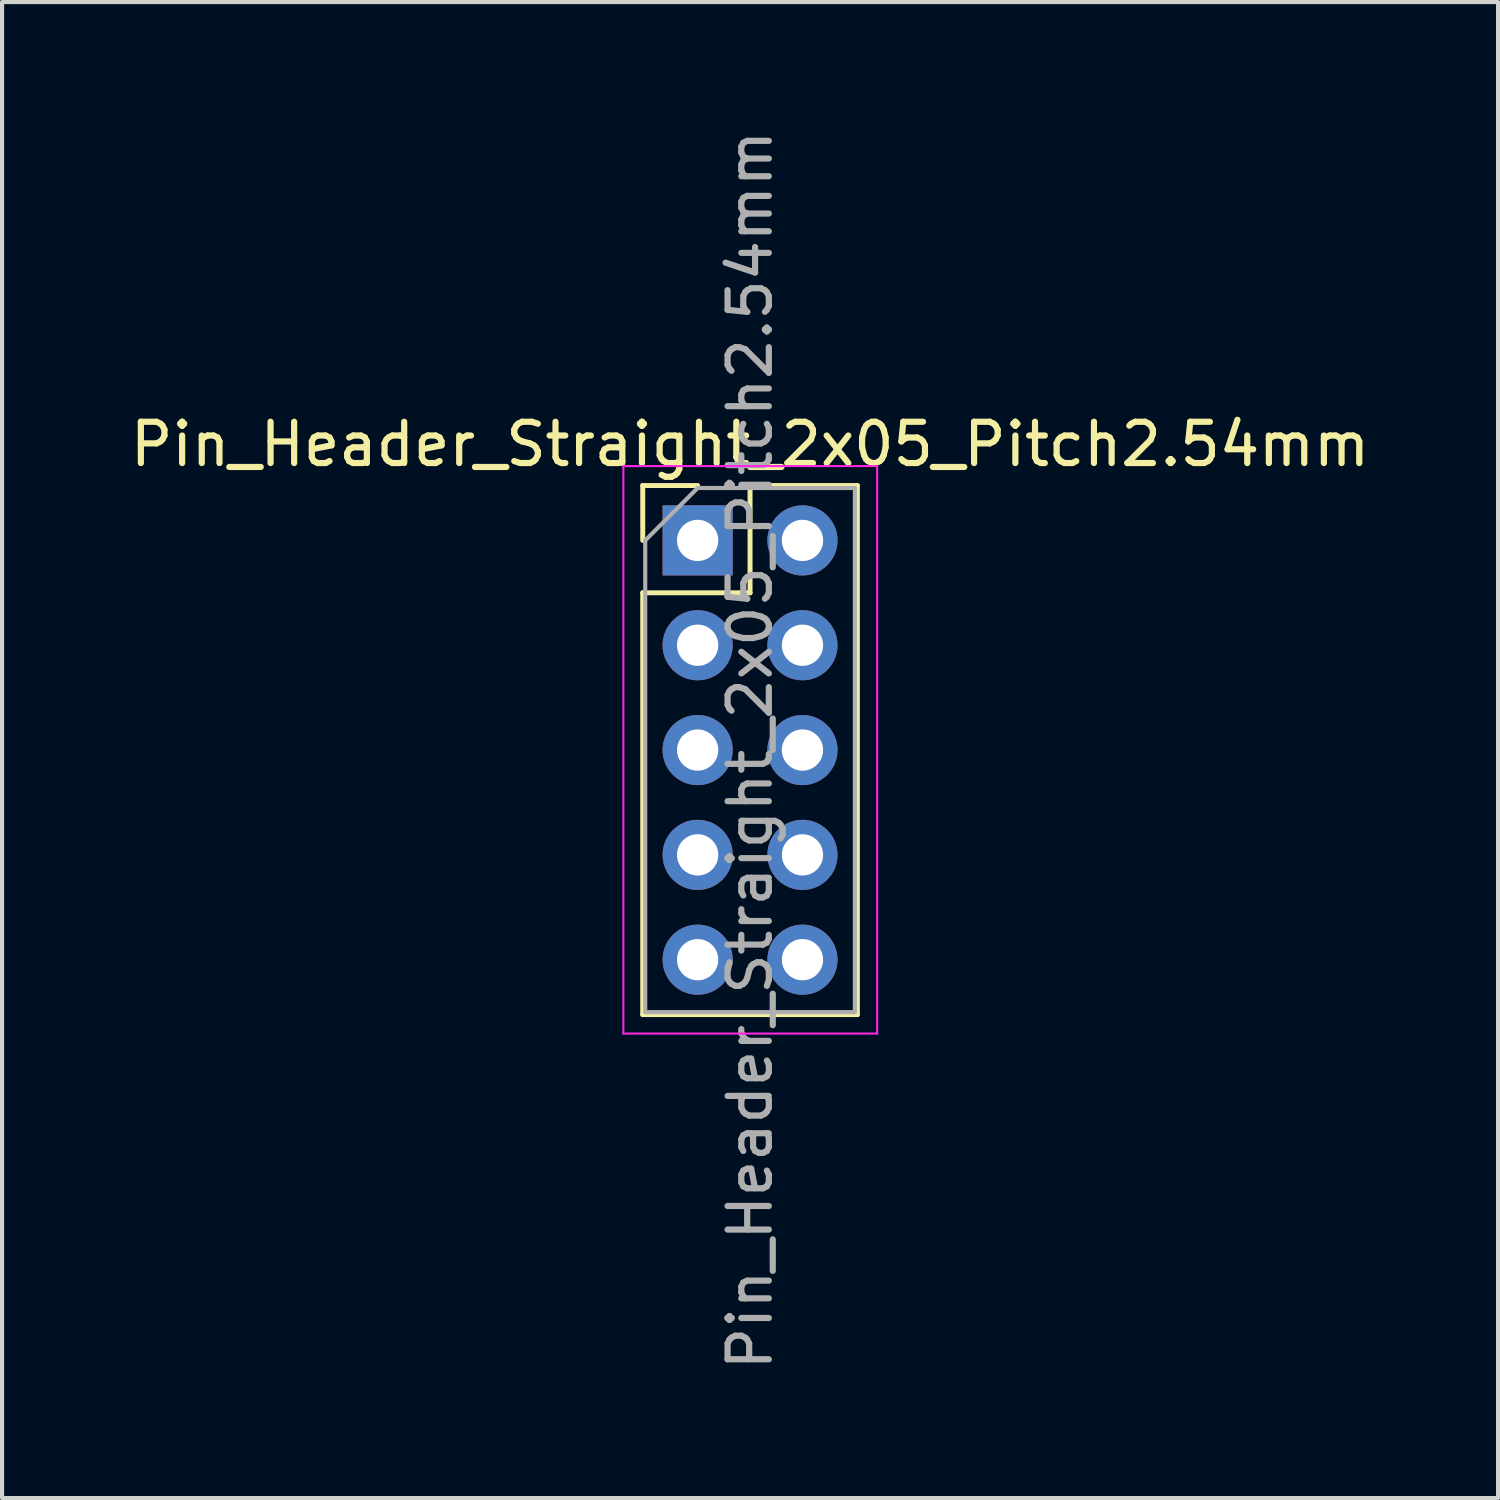
<source format=kicad_pcb>
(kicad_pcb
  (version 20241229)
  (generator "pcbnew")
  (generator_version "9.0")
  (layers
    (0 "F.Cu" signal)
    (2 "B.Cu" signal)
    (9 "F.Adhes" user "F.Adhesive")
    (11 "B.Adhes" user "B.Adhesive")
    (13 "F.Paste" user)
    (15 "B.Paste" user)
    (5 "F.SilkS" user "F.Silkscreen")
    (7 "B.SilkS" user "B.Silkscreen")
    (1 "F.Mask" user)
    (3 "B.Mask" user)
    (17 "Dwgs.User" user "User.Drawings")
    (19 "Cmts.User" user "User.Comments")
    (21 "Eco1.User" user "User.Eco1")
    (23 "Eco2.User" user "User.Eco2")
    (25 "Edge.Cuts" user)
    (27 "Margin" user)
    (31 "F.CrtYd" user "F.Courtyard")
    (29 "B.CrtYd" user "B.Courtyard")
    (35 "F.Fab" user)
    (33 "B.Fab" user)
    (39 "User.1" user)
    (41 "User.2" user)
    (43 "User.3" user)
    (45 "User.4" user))
  (footprint "Pin_Header_Straight_2x05_Pitch2.54mm"
    (layer "F.Cu")
    (at 13.855 10.045)
    (property "Reference" "Pin_Header_Straight_2x05_Pitch2.54mm" (at 1.27 -2.33 0) (layer "F.SilkS") (effects (font (size 1 1) (thickness 0.15))))
    (attr through_hole)
    (fp_line (start -1.33 -1.33) (end 0 -1.33) (stroke (width 0.12) (type solid)) (layer "F.SilkS"))
    (fp_line (start -1.33 0) (end -1.33 -1.33) (stroke (width 0.12) (type solid)) (layer "F.SilkS"))
    (fp_line (start -1.33 1.27) (end -1.33 11.49) (stroke (width 0.12) (type solid)) (layer "F.SilkS"))
    (fp_line (start -1.33 1.27) (end 1.27 1.27) (stroke (width 0.12) (type solid)) (layer "F.SilkS"))
    (fp_line (start -1.33 11.49) (end 3.87 11.49) (stroke (width 0.12) (type solid)) (layer "F.SilkS"))
    (fp_line (start 1.27 -1.33) (end 3.87 -1.33) (stroke (width 0.12) (type solid)) (layer "F.SilkS"))
    (fp_line (start 1.27 1.27) (end 1.27 -1.33) (stroke (width 0.12) (type solid)) (layer "F.SilkS"))
    (fp_line (start 3.87 -1.33) (end 3.87 11.49) (stroke (width 0.12) (type solid)) (layer "F.SilkS"))
    (fp_line (start -1.8 -1.8) (end -1.8 11.95) (stroke (width 0.05) (type solid)) (layer "F.CrtYd"))
    (fp_line (start -1.8 11.95) (end 4.35 11.95) (stroke (width 0.05) (type solid)) (layer "F.CrtYd"))
    (fp_line (start 4.35 -1.8) (end -1.8 -1.8) (stroke (width 0.05) (type solid)) (layer "F.CrtYd"))
    (fp_line (start 4.35 11.95) (end 4.35 -1.8) (stroke (width 0.05) (type solid)) (layer "F.CrtYd"))
    (fp_line (start -1.27 0) (end 0 -1.27) (stroke (width 0.1) (type solid)) (layer "F.Fab"))
    (fp_line (start -1.27 11.43) (end -1.27 0) (stroke (width 0.1) (type solid)) (layer "F.Fab"))
    (fp_line (start 0 -1.27) (end 3.81 -1.27) (stroke (width 0.1) (type solid)) (layer "F.Fab"))
    (fp_line (start 3.81 -1.27) (end 3.81 11.43) (stroke (width 0.1) (type solid)) (layer "F.Fab"))
    (fp_line (start 3.81 11.43) (end -1.27 11.43) (stroke (width 0.1) (type solid)) (layer "F.Fab"))
    (fp_text user "${REFERENCE}" (at 1.27 5.08 90) (layer "F.Fab") (effects (font (size 1 1) (thickness 0.15))))
    (pad "1" thru_hole rect (at 0 0) (size 1.7 1.7) (drill 1) (layers "*.Cu" "*.Mask"))
    (pad "2" thru_hole oval (at 2.54 0) (size 1.7 1.7) (drill 1) (layers "*.Cu" "*.Mask"))
    (pad "3" thru_hole oval (at 0 2.54) (size 1.7 1.7) (drill 1) (layers "*.Cu" "*.Mask"))
    (pad "4" thru_hole oval (at 2.54 2.54) (size 1.7 1.7) (drill 1) (layers "*.Cu" "*.Mask"))
    (pad "5" thru_hole oval (at 0 5.08) (size 1.7 1.7) (drill 1) (layers "*.Cu" "*.Mask"))
    (pad "6" thru_hole oval (at 2.54 5.08) (size 1.7 1.7) (drill 1) (layers "*.Cu" "*.Mask"))
    (pad "7" thru_hole oval (at 0 7.62) (size 1.7 1.7) (drill 1) (layers "*.Cu" "*.Mask"))
    (pad "8" thru_hole oval (at 2.54 7.62) (size 1.7 1.7) (drill 1) (layers "*.Cu" "*.Mask"))
    (pad "9" thru_hole oval (at 0 10.16) (size 1.7 1.7) (drill 1) (layers "*.Cu" "*.Mask"))
    (pad "10" thru_hole oval (at 2.54 10.16) (size 1.7 1.7) (drill 1) (layers "*.Cu" "*.Mask")))
  (gr_rect
    (start -3 -3)
    (end 33.25 33.25)
    (stroke (width 0.1) (type default))
    (fill no)
    (layer "Edge.Cuts")))
</source>
